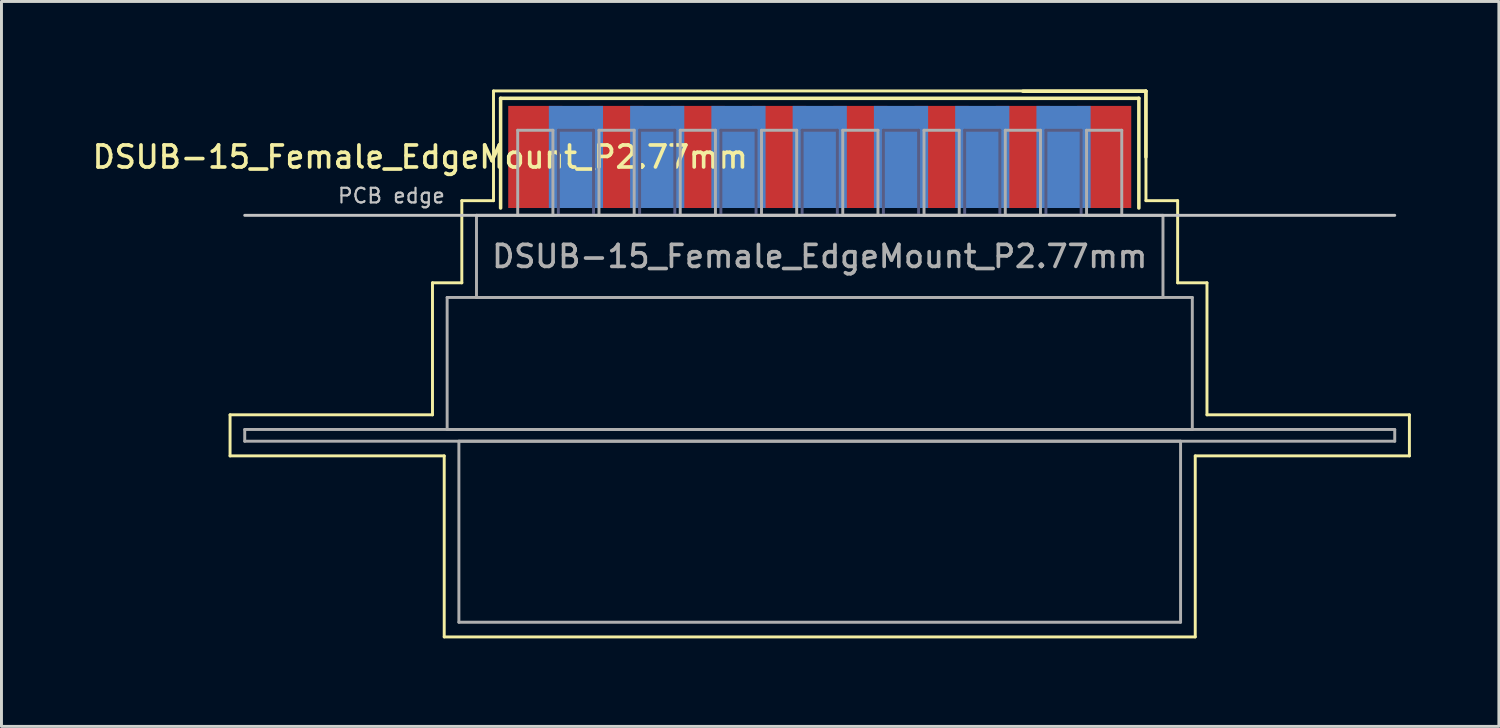
<source format=kicad_pcb>
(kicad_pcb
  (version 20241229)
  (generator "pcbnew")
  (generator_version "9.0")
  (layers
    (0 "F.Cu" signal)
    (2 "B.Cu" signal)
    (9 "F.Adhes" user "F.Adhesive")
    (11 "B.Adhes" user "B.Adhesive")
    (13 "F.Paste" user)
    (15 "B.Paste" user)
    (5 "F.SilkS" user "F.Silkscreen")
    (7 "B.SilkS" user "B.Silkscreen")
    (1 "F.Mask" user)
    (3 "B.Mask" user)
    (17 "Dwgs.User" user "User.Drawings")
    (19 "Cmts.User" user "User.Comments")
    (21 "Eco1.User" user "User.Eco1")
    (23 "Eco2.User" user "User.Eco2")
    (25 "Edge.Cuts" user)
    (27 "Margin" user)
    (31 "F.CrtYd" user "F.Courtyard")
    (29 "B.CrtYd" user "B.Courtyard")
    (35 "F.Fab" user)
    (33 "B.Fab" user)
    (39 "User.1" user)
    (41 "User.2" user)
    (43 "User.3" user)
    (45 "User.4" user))
  (footprint "DSUB-15_Female_EdgeMount_P2.77mm"
    (layer "F.Cu")
    (at 24.892 2.3)
    (property "Reference" "DSUB-15_Female_EdgeMount_P2.77mm" (at -13.618 0 0) (layer "F.SilkS") (effects (font (size 0.75 0.75) (thickness 0.125))))
    (attr smd)
    (fp_line (start -20.1 8.79) (end -13.2 8.79) (stroke (width 0.1) (type solid)) (layer "F.SilkS"))
    (fp_line (start -20.1 10.19) (end -20.1 8.79) (stroke (width 0.1) (type solid)) (layer "F.SilkS"))
    (fp_line (start -13.2 4.29) (end -12.2 4.29) (stroke (width 0.1) (type solid)) (layer "F.SilkS"))
    (fp_line (start -13.2 8.79) (end -13.2 4.29) (stroke (width 0.1) (type solid)) (layer "F.SilkS"))
    (fp_line (start -12.8 10.19) (end -20.1 10.19) (stroke (width 0.1) (type solid)) (layer "F.SilkS"))
    (fp_line (start -12.8 16.36) (end -12.8 10.19) (stroke (width 0.1) (type solid)) (layer "F.SilkS"))
    (fp_line (start -12.2 1.49) (end -11.12 1.49) (stroke (width 0.1) (type solid)) (layer "F.SilkS"))
    (fp_line (start -12.2 4.29) (end -12.2 1.49) (stroke (width 0.1) (type solid)) (layer "F.SilkS"))
    (fp_line (start -11.12 -2.25) (end 11.12 -2.25) (stroke (width 0.1) (type solid)) (layer "F.SilkS"))
    (fp_line (start -11.12 1.49) (end -11.12 -2.25) (stroke (width 0.1) (type solid)) (layer "F.SilkS"))
    (fp_line (start -10.878 -2) (end -10.878 1.74) (stroke (width 0.12) (type solid)) (layer "F.SilkS"))
    (fp_line (start 10.878 -2) (end -10.878 -2) (stroke (width 0.12) (type solid)) (layer "F.SilkS"))
    (fp_line (start 10.878 1.74) (end 10.878 -2) (stroke (width 0.12) (type solid)) (layer "F.SilkS"))
    (fp_line (start 11.118 -2.24) (end 6.925 -2.24) (stroke (width 0.12) (type solid)) (layer "F.SilkS"))
    (fp_line (start 11.118 0) (end 11.118 -2.24) (stroke (width 0.12) (type solid)) (layer "F.SilkS"))
    (fp_line (start 11.12 -2.25) (end 11.12 1.49) (stroke (width 0.1) (type solid)) (layer "F.SilkS"))
    (fp_line (start 11.12 1.49) (end 12.2 1.49) (stroke (width 0.1) (type solid)) (layer "F.SilkS"))
    (fp_line (start 12.2 1.49) (end 12.2 4.29) (stroke (width 0.1) (type solid)) (layer "F.SilkS"))
    (fp_line (start 12.2 4.29) (end 13.2 4.29) (stroke (width 0.1) (type solid)) (layer "F.SilkS"))
    (fp_line (start 12.8 10.19) (end 12.8 16.36) (stroke (width 0.1) (type solid)) (layer "F.SilkS"))
    (fp_line (start 12.8 16.36) (end -12.8 16.36) (stroke (width 0.1) (type solid)) (layer "F.SilkS"))
    (fp_line (start 13.2 4.29) (end 13.2 8.79) (stroke (width 0.1) (type solid)) (layer "F.SilkS"))
    (fp_line (start 13.2 8.79) (end 20.1 8.79) (stroke (width 0.1) (type solid)) (layer "F.SilkS"))
    (fp_line (start 20.1 8.79) (end 20.1 10.19) (stroke (width 0.1) (type solid)) (layer "F.SilkS"))
    (fp_line (start 20.1 10.19) (end 12.8 10.19) (stroke (width 0.1) (type solid)) (layer "F.SilkS"))
    (fp_line (start -19.6 1.99) (end 19.6 1.99) (stroke (width 0.1) (type solid)) (layer "Dwgs.User"))
    (fp_line (start -8.91 -0.91) (end -8.91 1.99) (stroke (width 0.1) (type solid)) (layer "B.Fab"))
    (fp_line (start -8.91 1.99) (end -7.71 1.99) (stroke (width 0.1) (type solid)) (layer "B.Fab"))
    (fp_line (start -7.71 -0.91) (end -8.91 -0.91) (stroke (width 0.1) (type solid)) (layer "B.Fab"))
    (fp_line (start -7.71 1.99) (end -7.71 -0.91) (stroke (width 0.1) (type solid)) (layer "B.Fab"))
    (fp_line (start -6.14 -0.91) (end -6.14 1.99) (stroke (width 0.1) (type solid)) (layer "B.Fab"))
    (fp_line (start -6.14 1.99) (end -4.94 1.99) (stroke (width 0.1) (type solid)) (layer "B.Fab"))
    (fp_line (start -4.94 -0.91) (end -6.14 -0.91) (stroke (width 0.1) (type solid)) (layer "B.Fab"))
    (fp_line (start -4.94 1.99) (end -4.94 -0.91) (stroke (width 0.1) (type solid)) (layer "B.Fab"))
    (fp_line (start -3.37 -0.91) (end -3.37 1.99) (stroke (width 0.1) (type solid)) (layer "B.Fab"))
    (fp_line (start -3.37 1.99) (end -2.17 1.99) (stroke (width 0.1) (type solid)) (layer "B.Fab"))
    (fp_line (start -2.17 -0.91) (end -3.37 -0.91) (stroke (width 0.1) (type solid)) (layer "B.Fab"))
    (fp_line (start -2.17 1.99) (end -2.17 -0.91) (stroke (width 0.1) (type solid)) (layer "B.Fab"))
    (fp_line (start -0.6 -0.91) (end -0.6 1.99) (stroke (width 0.1) (type solid)) (layer "B.Fab"))
    (fp_line (start -0.6 1.99) (end 0.6 1.99) (stroke (width 0.1) (type solid)) (layer "B.Fab"))
    (fp_line (start 0.6 -0.91) (end -0.6 -0.91) (stroke (width 0.1) (type solid)) (layer "B.Fab"))
    (fp_line (start 0.6 1.99) (end 0.6 -0.91) (stroke (width 0.1) (type solid)) (layer "B.Fab"))
    (fp_line (start 2.17 -0.91) (end 2.17 1.99) (stroke (width 0.1) (type solid)) (layer "B.Fab"))
    (fp_line (start 2.17 1.99) (end 3.37 1.99) (stroke (width 0.1) (type solid)) (layer "B.Fab"))
    (fp_line (start 3.37 -0.91) (end 2.17 -0.91) (stroke (width 0.1) (type solid)) (layer "B.Fab"))
    (fp_line (start 3.37 1.99) (end 3.37 -0.91) (stroke (width 0.1) (type solid)) (layer "B.Fab"))
    (fp_line (start 4.94 -0.91) (end 4.94 1.99) (stroke (width 0.1) (type solid)) (layer "B.Fab"))
    (fp_line (start 4.94 1.99) (end 6.14 1.99) (stroke (width 0.1) (type solid)) (layer "B.Fab"))
    (fp_line (start 6.14 -0.91) (end 4.94 -0.91) (stroke (width 0.1) (type solid)) (layer "B.Fab"))
    (fp_line (start 6.14 1.99) (end 6.14 -0.91) (stroke (width 0.1) (type solid)) (layer "B.Fab"))
    (fp_line (start 7.71 -0.91) (end 7.71 1.99) (stroke (width 0.1) (type solid)) (layer "B.Fab"))
    (fp_line (start 7.71 1.99) (end 8.91 1.99) (stroke (width 0.1) (type solid)) (layer "B.Fab"))
    (fp_line (start 8.91 -0.91) (end 7.71 -0.91) (stroke (width 0.1) (type solid)) (layer "B.Fab"))
    (fp_line (start 8.91 1.99) (end 8.91 -0.91) (stroke (width 0.1) (type solid)) (layer "B.Fab"))
    (fp_line (start -19.6 9.29) (end -19.6 9.69) (stroke (width 0.1) (type solid)) (layer "F.Fab"))
    (fp_line (start -19.6 9.69) (end 19.6 9.69) (stroke (width 0.1) (type solid)) (layer "F.Fab"))
    (fp_line (start -12.7 4.79) (end -12.7 9.29) (stroke (width 0.1) (type solid)) (layer "F.Fab"))
    (fp_line (start -12.7 9.29) (end 12.7 9.29) (stroke (width 0.1) (type solid)) (layer "F.Fab"))
    (fp_line (start -12.3 9.69) (end -12.3 15.86) (stroke (width 0.1) (type solid)) (layer "F.Fab"))
    (fp_line (start -12.3 15.86) (end 12.3 15.86) (stroke (width 0.1) (type solid)) (layer "F.Fab"))
    (fp_line (start -11.7 1.99) (end -11.7 4.79) (stroke (width 0.1) (type solid)) (layer "F.Fab"))
    (fp_line (start -11.7 4.79) (end 11.7 4.79) (stroke (width 0.1) (type solid)) (layer "F.Fab"))
    (fp_line (start -10.295 -0.91) (end -10.295 1.99) (stroke (width 0.1) (type solid)) (layer "F.Fab"))
    (fp_line (start -10.295 1.99) (end -9.095 1.99) (stroke (width 0.1) (type solid)) (layer "F.Fab"))
    (fp_line (start -9.095 -0.91) (end -10.295 -0.91) (stroke (width 0.1) (type solid)) (layer "F.Fab"))
    (fp_line (start -9.095 1.99) (end -9.095 -0.91) (stroke (width 0.1) (type solid)) (layer "F.Fab"))
    (fp_line (start -7.525 -0.91) (end -7.525 1.99) (stroke (width 0.1) (type solid)) (layer "F.Fab"))
    (fp_line (start -7.525 1.99) (end -6.325 1.99) (stroke (width 0.1) (type solid)) (layer "F.Fab"))
    (fp_line (start -6.325 -0.91) (end -7.525 -0.91) (stroke (width 0.1) (type solid)) (layer "F.Fab"))
    (fp_line (start -6.325 1.99) (end -6.325 -0.91) (stroke (width 0.1) (type solid)) (layer "F.Fab"))
    (fp_line (start -4.755 -0.91) (end -4.755 1.99) (stroke (width 0.1) (type solid)) (layer "F.Fab"))
    (fp_line (start -4.755 1.99) (end -3.555 1.99) (stroke (width 0.1) (type solid)) (layer "F.Fab"))
    (fp_line (start -3.555 -0.91) (end -4.755 -0.91) (stroke (width 0.1) (type solid)) (layer "F.Fab"))
    (fp_line (start -3.555 1.99) (end -3.555 -0.91) (stroke (width 0.1) (type solid)) (layer "F.Fab"))
    (fp_line (start -1.985 -0.91) (end -1.985 1.99) (stroke (width 0.1) (type solid)) (layer "F.Fab"))
    (fp_line (start -1.985 1.99) (end -0.785 1.99) (stroke (width 0.1) (type solid)) (layer "F.Fab"))
    (fp_line (start -0.785 -0.91) (end -1.985 -0.91) (stroke (width 0.1) (type solid)) (layer "F.Fab"))
    (fp_line (start -0.785 1.99) (end -0.785 -0.91) (stroke (width 0.1) (type solid)) (layer "F.Fab"))
    (fp_line (start 0.785 -0.91) (end 0.785 1.99) (stroke (width 0.1) (type solid)) (layer "F.Fab"))
    (fp_line (start 0.785 1.99) (end 1.985 1.99) (stroke (width 0.1) (type solid)) (layer "F.Fab"))
    (fp_line (start 1.985 -0.91) (end 0.785 -0.91) (stroke (width 0.1) (type solid)) (layer "F.Fab"))
    (fp_line (start 1.985 1.99) (end 1.985 -0.91) (stroke (width 0.1) (type solid)) (layer "F.Fab"))
    (fp_line (start 3.555 -0.91) (end 3.555 1.99) (stroke (width 0.1) (type solid)) (layer "F.Fab"))
    (fp_line (start 3.555 1.99) (end 4.755 1.99) (stroke (width 0.1) (type solid)) (layer "F.Fab"))
    (fp_line (start 4.755 -0.91) (end 3.555 -0.91) (stroke (width 0.1) (type solid)) (layer "F.Fab"))
    (fp_line (start 4.755 1.99) (end 4.755 -0.91) (stroke (width 0.1) (type solid)) (layer "F.Fab"))
    (fp_line (start 6.325 -0.91) (end 6.325 1.99) (stroke (width 0.1) (type solid)) (layer "F.Fab"))
    (fp_line (start 6.325 1.99) (end 7.525 1.99) (stroke (width 0.1) (type solid)) (layer "F.Fab"))
    (fp_line (start 7.525 -0.91) (end 6.325 -0.91) (stroke (width 0.1) (type solid)) (layer "F.Fab"))
    (fp_line (start 7.525 1.99) (end 7.525 -0.91) (stroke (width 0.1) (type solid)) (layer "F.Fab"))
    (fp_line (start 9.095 -0.91) (end 9.095 1.99) (stroke (width 0.1) (type solid)) (layer "F.Fab"))
    (fp_line (start 9.095 1.99) (end 10.295 1.99) (stroke (width 0.1) (type solid)) (layer "F.Fab"))
    (fp_line (start 10.295 -0.91) (end 9.095 -0.91) (stroke (width 0.1) (type solid)) (layer "F.Fab"))
    (fp_line (start 10.295 1.99) (end 10.295 -0.91) (stroke (width 0.1) (type solid)) (layer "F.Fab"))
    (fp_line (start 11.7 1.99) (end -11.7 1.99) (stroke (width 0.1) (type solid)) (layer "F.Fab"))
    (fp_line (start 11.7 4.79) (end 11.7 1.99) (stroke (width 0.1) (type solid)) (layer "F.Fab"))
    (fp_line (start 12.3 9.69) (end -12.3 9.69) (stroke (width 0.1) (type solid)) (layer "F.Fab"))
    (fp_line (start 12.3 15.86) (end 12.3 9.69) (stroke (width 0.1) (type solid)) (layer "F.Fab"))
    (fp_line (start 12.7 4.79) (end -12.7 4.79) (stroke (width 0.1) (type solid)) (layer "F.Fab"))
    (fp_line (start 12.7 9.29) (end 12.7 4.79) (stroke (width 0.1) (type solid)) (layer "F.Fab"))
    (fp_line (start 19.6 9.29) (end -19.6 9.29) (stroke (width 0.1) (type solid)) (layer "F.Fab"))
    (fp_line (start 19.6 9.69) (end 19.6 9.29) (stroke (width 0.1) (type solid)) (layer "F.Fab"))
    (fp_text user "PCB edge" (at -14.6 1.323 0) (layer "Dwgs.User") (effects (font (size 0.5 0.5) (thickness 0.075))))
    (fp_text user "${REFERENCE}" (at 0 3.39 0) (layer "F.Fab") (effects (font (size 0.75 0.75) (thickness 0.125))))
    (pad "1" smd rect (at 9.695 0) (size 1.847 3.48) (layers "F.Cu" "F.Mask" "F.Paste"))
    (pad "2" smd rect (at 6.925 0) (size 1.847 3.48) (layers "F.Cu" "F.Mask" "F.Paste"))
    (pad "3" smd rect (at 4.155 0) (size 1.847 3.48) (layers "F.Cu" "F.Mask" "F.Paste"))
    (pad "4" smd rect (at 1.385 0) (size 1.847 3.48) (layers "F.Cu" "F.Mask" "F.Paste"))
    (pad "5" smd rect (at -1.385 0) (size 1.847 3.48) (layers "F.Cu" "F.Mask" "F.Paste"))
    (pad "6" smd rect (at -4.155 0) (size 1.847 3.48) (layers "F.Cu" "F.Mask" "F.Paste"))
    (pad "7" smd rect (at -6.925 0) (size 1.847 3.48) (layers "F.Cu" "F.Mask" "F.Paste"))
    (pad "8" smd rect (at -9.695 0) (size 1.847 3.48) (layers "F.Cu" "F.Mask" "F.Paste"))
    (pad "9" smd rect (at 8.31 0) (size 1.847 3.48) (layers "B.Cu" "B.Mask" "B.Paste"))
    (pad "10" smd rect (at 5.54 0) (size 1.847 3.48) (layers "B.Cu" "B.Mask" "B.Paste"))
    (pad "11" smd rect (at 2.77 0) (size 1.847 3.48) (layers "B.Cu" "B.Mask" "B.Paste"))
    (pad "12" smd rect (at 0 0) (size 1.847 3.48) (layers "B.Cu" "B.Mask" "B.Paste"))
    (pad "13" smd rect (at -2.77 0) (size 1.847 3.48) (layers "B.Cu" "B.Mask" "B.Paste"))
    (pad "14" smd rect (at -5.54 0) (size 1.847 3.48) (layers "B.Cu" "B.Mask" "B.Paste"))
    (pad "15" smd rect (at -8.31 0) (size 1.847 3.48) (layers "B.Cu" "B.Mask" "B.Paste")))
  (gr_rect
    (start -3 -3)
    (end 48.042 21.71)
    (stroke (width 0.1) (type default))
    (fill no)
    (layer "Edge.Cuts")))
</source>
